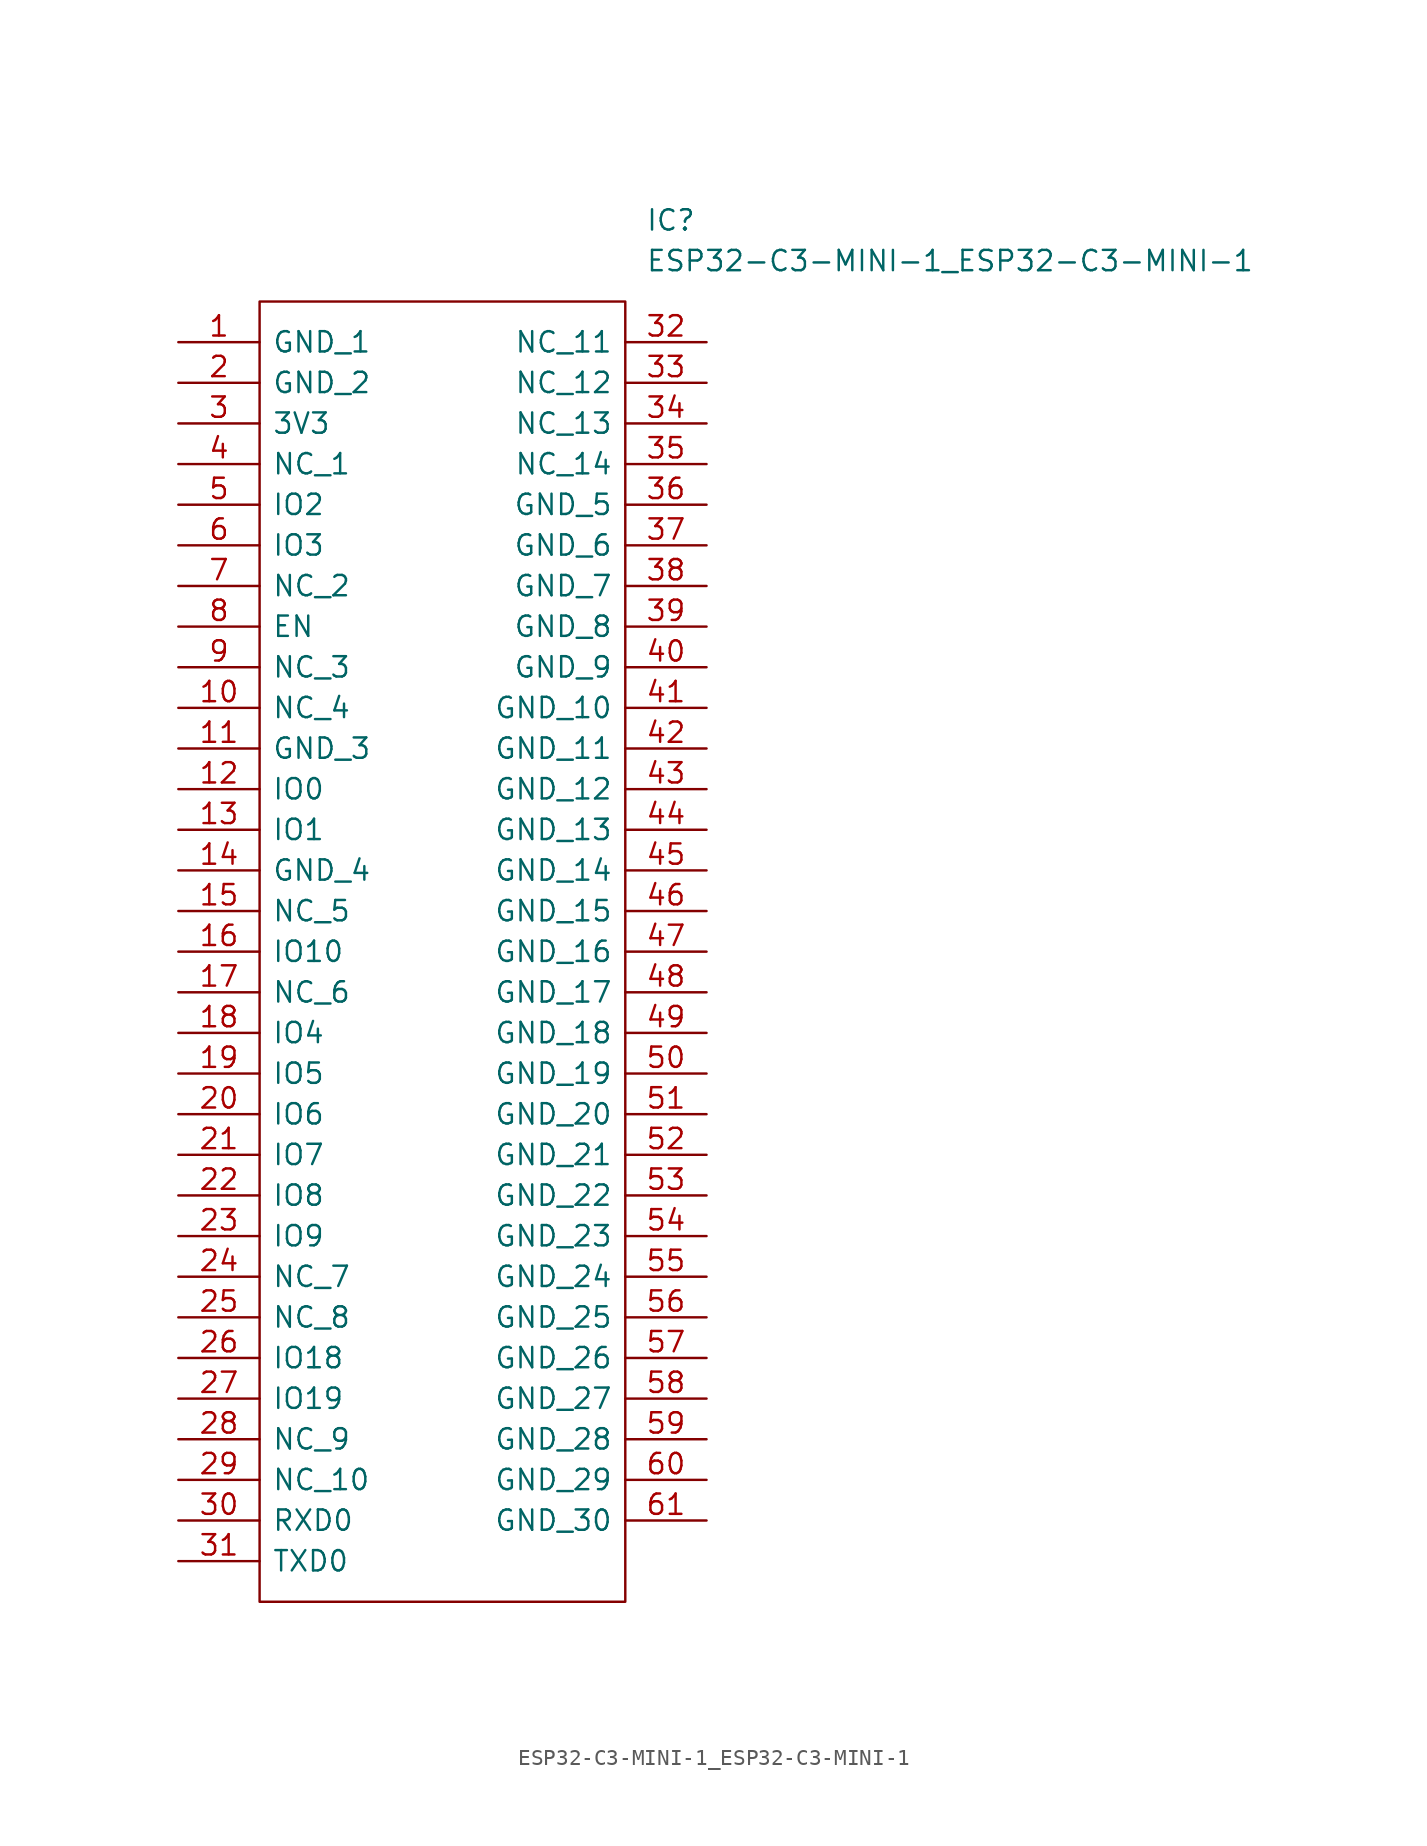
<source format=kicad_sym>
(kicad_symbol_lib
  (version 20211014)
  (generator kicad_symbol_editor)
  (symbol "ESP32-C3-MINI-1_ESP32-C3-MINI-1"
    (pin_names
      (offset 0.762))
    (property "Reference" "IC"
      (at 29.21 7.62 0)
      (effects (font (size 1.27 1.27)) (justify left)))
    (property "Value" "ESP32-C3-MINI-1_ESP32-C3-MINI-1"
      (at 29.21 5.08 0)
      (effects (font (size 1.27 1.27)) (justify left)))
    (symbol "ESP32-C3-MINI-1_ESP32-C3-MINI-1_0_0"
      (pin passive line (at 0 0 0) (length 5.08) (name "GND_1" (effects (font (size 1.27 1.27)))) (number "1" (effects (font (size 1.27 1.27)))))
      (pin passive line (at 0 -22.86 0) (length 5.08) (name "NC_4" (effects (font (size 1.27 1.27)))) (number "10" (effects (font (size 1.27 1.27)))))
      (pin passive line (at 0 -25.4 0) (length 5.08) (name "GND_3" (effects (font (size 1.27 1.27)))) (number "11" (effects (font (size 1.27 1.27)))))
      (pin passive line (at 0 -27.94 0) (length 5.08) (name "IO0" (effects (font (size 1.27 1.27)))) (number "12" (effects (font (size 1.27 1.27)))))
      (pin passive line (at 0 -30.48 0) (length 5.08) (name "IO1" (effects (font (size 1.27 1.27)))) (number "13" (effects (font (size 1.27 1.27)))))
      (pin passive line (at 0 -33.02 0) (length 5.08) (name "GND_4" (effects (font (size 1.27 1.27)))) (number "14" (effects (font (size 1.27 1.27)))))
      (pin passive line (at 0 -35.56 0) (length 5.08) (name "NC_5" (effects (font (size 1.27 1.27)))) (number "15" (effects (font (size 1.27 1.27)))))
      (pin passive line (at 0 -38.1 0) (length 5.08) (name "IO10" (effects (font (size 1.27 1.27)))) (number "16" (effects (font (size 1.27 1.27)))))
      (pin passive line (at 0 -40.64 0) (length 5.08) (name "NC_6" (effects (font (size 1.27 1.27)))) (number "17" (effects (font (size 1.27 1.27)))))
      (pin passive line (at 0 -43.18 0) (length 5.08) (name "IO4" (effects (font (size 1.27 1.27)))) (number "18" (effects (font (size 1.27 1.27)))))
      (pin passive line (at 0 -45.72 0) (length 5.08) (name "IO5" (effects (font (size 1.27 1.27)))) (number "19" (effects (font (size 1.27 1.27)))))
      (pin passive line (at 0 -2.54 0) (length 5.08) (name "GND_2" (effects (font (size 1.27 1.27)))) (number "2" (effects (font (size 1.27 1.27)))))
      (pin passive line (at 0 -48.26 0) (length 5.08) (name "IO6" (effects (font (size 1.27 1.27)))) (number "20" (effects (font (size 1.27 1.27)))))
      (pin passive line (at 0 -50.8 0) (length 5.08) (name "IO7" (effects (font (size 1.27 1.27)))) (number "21" (effects (font (size 1.27 1.27)))))
      (pin passive line (at 0 -53.34 0) (length 5.08) (name "IO8" (effects (font (size 1.27 1.27)))) (number "22" (effects (font (size 1.27 1.27)))))
      (pin passive line (at 0 -55.88 0) (length 5.08) (name "IO9" (effects (font (size 1.27 1.27)))) (number "23" (effects (font (size 1.27 1.27)))))
      (pin passive line (at 0 -58.42 0) (length 5.08) (name "NC_7" (effects (font (size 1.27 1.27)))) (number "24" (effects (font (size 1.27 1.27)))))
      (pin passive line (at 0 -60.96 0) (length 5.08) (name "NC_8" (effects (font (size 1.27 1.27)))) (number "25" (effects (font (size 1.27 1.27)))))
      (pin passive line (at 0 -63.5 0) (length 5.08) (name "IO18" (effects (font (size 1.27 1.27)))) (number "26" (effects (font (size 1.27 1.27)))))
      (pin passive line (at 0 -66.04 0) (length 5.08) (name "IO19" (effects (font (size 1.27 1.27)))) (number "27" (effects (font (size 1.27 1.27)))))
      (pin passive line (at 0 -68.58 0) (length 5.08) (name "NC_9" (effects (font (size 1.27 1.27)))) (number "28" (effects (font (size 1.27 1.27)))))
      (pin passive line (at 0 -71.12 0) (length 5.08) (name "NC_10" (effects (font (size 1.27 1.27)))) (number "29" (effects (font (size 1.27 1.27)))))
      (pin passive line (at 0 -5.08 0) (length 5.08) (name "3V3" (effects (font (size 1.27 1.27)))) (number "3" (effects (font (size 1.27 1.27)))))
      (pin passive line (at 0 -73.66 0) (length 5.08) (name "RXD0" (effects (font (size 1.27 1.27)))) (number "30" (effects (font (size 1.27 1.27)))))
      (pin passive line (at 0 -76.2 0) (length 5.08) (name "TXD0" (effects (font (size 1.27 1.27)))) (number "31" (effects (font (size 1.27 1.27)))))
      (pin passive line (at 33.02 0 180) (length 5.08) (name "NC_11" (effects (font (size 1.27 1.27)))) (number "32" (effects (font (size 1.27 1.27)))))
      (pin passive line (at 33.02 -2.54 180) (length 5.08) (name "NC_12" (effects (font (size 1.27 1.27)))) (number "33" (effects (font (size 1.27 1.27)))))
      (pin passive line (at 33.02 -5.08 180) (length 5.08) (name "NC_13" (effects (font (size 1.27 1.27)))) (number "34" (effects (font (size 1.27 1.27)))))
      (pin passive line (at 33.02 -7.62 180) (length 5.08) (name "NC_14" (effects (font (size 1.27 1.27)))) (number "35" (effects (font (size 1.27 1.27)))))
      (pin passive line (at 33.02 -10.16 180) (length 5.08) (name "GND_5" (effects (font (size 1.27 1.27)))) (number "36" (effects (font (size 1.27 1.27)))))
      (pin passive line (at 33.02 -12.7 180) (length 5.08) (name "GND_6" (effects (font (size 1.27 1.27)))) (number "37" (effects (font (size 1.27 1.27)))))
      (pin passive line (at 33.02 -15.24 180) (length 5.08) (name "GND_7" (effects (font (size 1.27 1.27)))) (number "38" (effects (font (size 1.27 1.27)))))
      (pin passive line (at 33.02 -17.78 180) (length 5.08) (name "GND_8" (effects (font (size 1.27 1.27)))) (number "39" (effects (font (size 1.27 1.27)))))
      (pin passive line (at 0 -7.62 0) (length 5.08) (name "NC_1" (effects (font (size 1.27 1.27)))) (number "4" (effects (font (size 1.27 1.27)))))
      (pin passive line (at 33.02 -20.32 180) (length 5.08) (name "GND_9" (effects (font (size 1.27 1.27)))) (number "40" (effects (font (size 1.27 1.27)))))
      (pin passive line (at 33.02 -22.86 180) (length 5.08) (name "GND_10" (effects (font (size 1.27 1.27)))) (number "41" (effects (font (size 1.27 1.27)))))
      (pin passive line (at 33.02 -25.4 180) (length 5.08) (name "GND_11" (effects (font (size 1.27 1.27)))) (number "42" (effects (font (size 1.27 1.27)))))
      (pin passive line (at 33.02 -27.94 180) (length 5.08) (name "GND_12" (effects (font (size 1.27 1.27)))) (number "43" (effects (font (size 1.27 1.27)))))
      (pin passive line (at 33.02 -30.48 180) (length 5.08) (name "GND_13" (effects (font (size 1.27 1.27)))) (number "44" (effects (font (size 1.27 1.27)))))
      (pin passive line (at 33.02 -33.02 180) (length 5.08) (name "GND_14" (effects (font (size 1.27 1.27)))) (number "45" (effects (font (size 1.27 1.27)))))
      (pin passive line (at 33.02 -35.56 180) (length 5.08) (name "GND_15" (effects (font (size 1.27 1.27)))) (number "46" (effects (font (size 1.27 1.27)))))
      (pin passive line (at 33.02 -38.1 180) (length 5.08) (name "GND_16" (effects (font (size 1.27 1.27)))) (number "47" (effects (font (size 1.27 1.27)))))
      (pin passive line (at 33.02 -40.64 180) (length 5.08) (name "GND_17" (effects (font (size 1.27 1.27)))) (number "48" (effects (font (size 1.27 1.27)))))
      (pin passive line (at 33.02 -43.18 180) (length 5.08) (name "GND_18" (effects (font (size 1.27 1.27)))) (number "49" (effects (font (size 1.27 1.27)))))
      (pin passive line (at 0 -10.16 0) (length 5.08) (name "IO2" (effects (font (size 1.27 1.27)))) (number "5" (effects (font (size 1.27 1.27)))))
      (pin passive line (at 33.02 -45.72 180) (length 5.08) (name "GND_19" (effects (font (size 1.27 1.27)))) (number "50" (effects (font (size 1.27 1.27)))))
      (pin passive line (at 33.02 -48.26 180) (length 5.08) (name "GND_20" (effects (font (size 1.27 1.27)))) (number "51" (effects (font (size 1.27 1.27)))))
      (pin passive line (at 33.02 -50.8 180) (length 5.08) (name "GND_21" (effects (font (size 1.27 1.27)))) (number "52" (effects (font (size 1.27 1.27)))))
      (pin passive line (at 33.02 -53.34 180) (length 5.08) (name "GND_22" (effects (font (size 1.27 1.27)))) (number "53" (effects (font (size 1.27 1.27)))))
      (pin passive line (at 33.02 -55.88 180) (length 5.08) (name "GND_23" (effects (font (size 1.27 1.27)))) (number "54" (effects (font (size 1.27 1.27)))))
      (pin passive line (at 33.02 -58.42 180) (length 5.08) (name "GND_24" (effects (font (size 1.27 1.27)))) (number "55" (effects (font (size 1.27 1.27)))))
      (pin passive line (at 33.02 -60.96 180) (length 5.08) (name "GND_25" (effects (font (size 1.27 1.27)))) (number "56" (effects (font (size 1.27 1.27)))))
      (pin passive line (at 33.02 -63.5 180) (length 5.08) (name "GND_26" (effects (font (size 1.27 1.27)))) (number "57" (effects (font (size 1.27 1.27)))))
      (pin passive line (at 33.02 -66.04 180) (length 5.08) (name "GND_27" (effects (font (size 1.27 1.27)))) (number "58" (effects (font (size 1.27 1.27)))))
      (pin passive line (at 33.02 -68.58 180) (length 5.08) (name "GND_28" (effects (font (size 1.27 1.27)))) (number "59" (effects (font (size 1.27 1.27)))))
      (pin passive line (at 0 -12.7 0) (length 5.08) (name "IO3" (effects (font (size 1.27 1.27)))) (number "6" (effects (font (size 1.27 1.27)))))
      (pin passive line (at 33.02 -71.12 180) (length 5.08) (name "GND_29" (effects (font (size 1.27 1.27)))) (number "60" (effects (font (size 1.27 1.27)))))
      (pin passive line (at 33.02 -73.66 180) (length 5.08) (name "GND_30" (effects (font (size 1.27 1.27)))) (number "61" (effects (font (size 1.27 1.27)))))
      (pin passive line (at 0 -15.24 0) (length 5.08) (name "NC_2" (effects (font (size 1.27 1.27)))) (number "7" (effects (font (size 1.27 1.27)))))
      (pin passive line (at 0 -17.78 0) (length 5.08) (name "EN" (effects (font (size 1.27 1.27)))) (number "8" (effects (font (size 1.27 1.27)))))
      (pin passive line (at 0 -20.32 0) (length 5.08) (name "NC_3" (effects (font (size 1.27 1.27)))) (number "9" (effects (font (size 1.27 1.27))))))
    (symbol "ESP32-C3-MINI-1_ESP32-C3-MINI-1_0_1"
      (polyline (pts (xy 5.08 2.54) (xy 27.94 2.54) (xy 27.94 -78.74) (xy 5.08 -78.74) (xy 5.08 2.54)) (stroke (width 0.152) (type default) (color 0 0 0 0)) (fill (type none))))))
</source>
